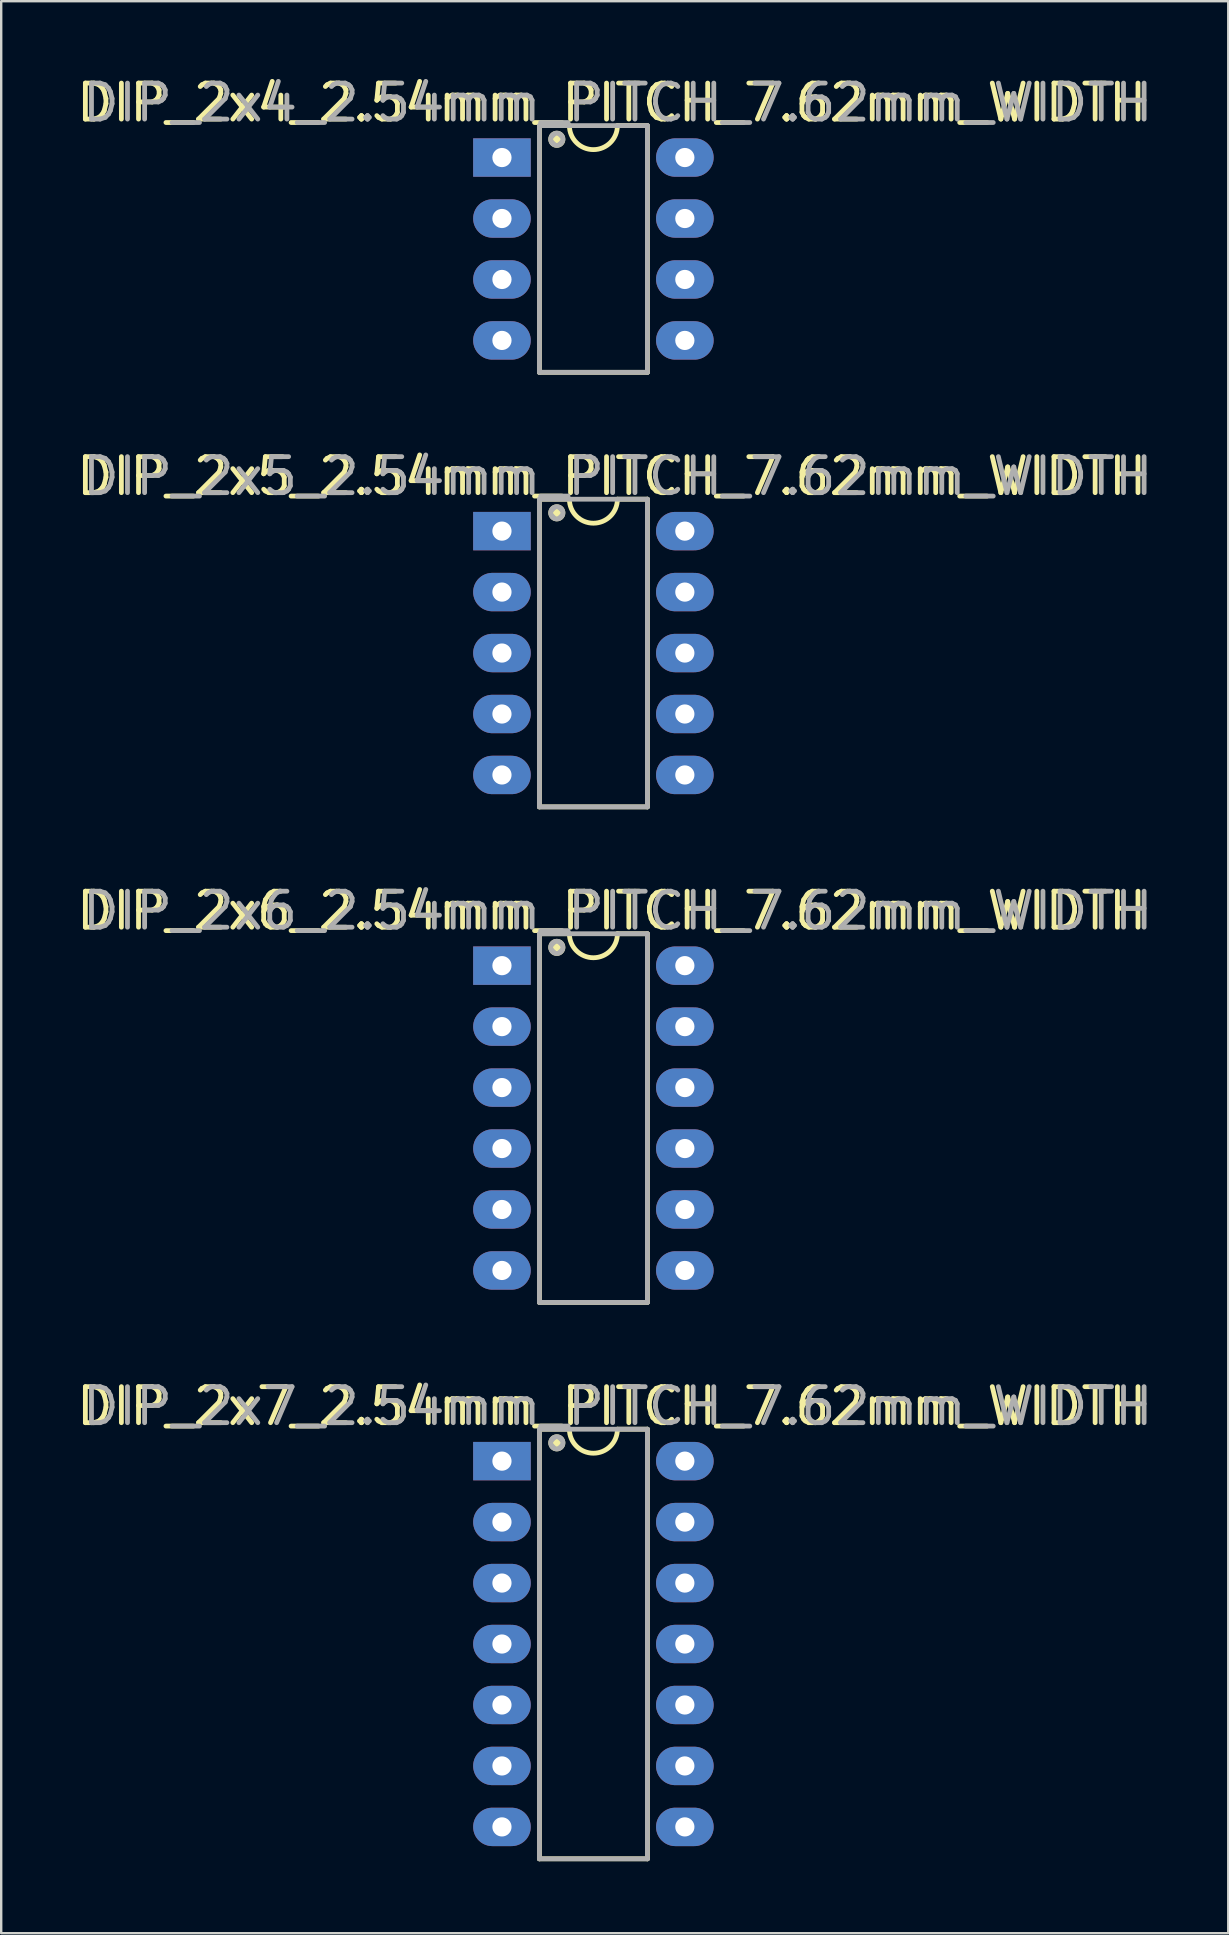
<source format=kicad_pcb>
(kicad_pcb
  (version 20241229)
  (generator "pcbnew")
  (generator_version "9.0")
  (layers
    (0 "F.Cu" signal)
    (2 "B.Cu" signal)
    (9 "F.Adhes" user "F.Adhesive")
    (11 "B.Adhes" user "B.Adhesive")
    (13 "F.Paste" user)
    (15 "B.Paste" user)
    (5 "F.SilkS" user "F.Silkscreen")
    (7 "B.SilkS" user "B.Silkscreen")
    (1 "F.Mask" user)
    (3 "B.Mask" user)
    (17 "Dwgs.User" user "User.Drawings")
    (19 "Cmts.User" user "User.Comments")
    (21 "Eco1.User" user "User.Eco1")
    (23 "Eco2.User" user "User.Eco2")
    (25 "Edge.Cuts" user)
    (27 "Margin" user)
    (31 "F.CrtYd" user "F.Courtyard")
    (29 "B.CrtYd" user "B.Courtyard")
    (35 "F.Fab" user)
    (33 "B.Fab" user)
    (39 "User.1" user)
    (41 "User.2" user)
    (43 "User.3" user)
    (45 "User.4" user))
  (footprint "DIP_2x5_2.54mm_PITCH_7.62mm_WIDTH"
    (layer "F.Cu")
    (at 17.864 19.079)
    (property "Reference" "DIP_2x5_2.54mm_PITCH_7.62mm_WIDTH" (at 4.572 -2.286 0) (layer "F.SilkS") (effects (font (size 1.5 1.5) (thickness 0.2))))
    (attr through_hole)
    (fp_line (start 1.56 -1.33) (end 1.56 11.49) (stroke (width 0.2) (type solid)) (layer "F.SilkS"))
    (fp_line (start 1.56 11.49) (end 6.06 11.49) (stroke (width 0.2) (type solid)) (layer "F.SilkS"))
    (fp_line (start 2.81 -1.33) (end 1.56 -1.33) (stroke (width 0.2) (type solid)) (layer "F.SilkS"))
    (fp_line (start 6.06 -1.33) (end 4.81 -1.33) (stroke (width 0.2) (type solid)) (layer "F.SilkS"))
    (fp_line (start 6.06 11.49) (end 6.06 -1.33) (stroke (width 0.2) (type solid)) (layer "F.SilkS"))
    (fp_arc (start 4.81 -1.33) (mid 3.81 -0.33) (end 2.81 -1.33) (stroke (width 0.2) (type solid)) (layer "F.SilkS"))
    (fp_circle (center 2.286 -0.762) (end 2.54 -0.762) (stroke (width 0.2) (type solid)) (fill no) (layer "F.SilkS"))
    (fp_poly (pts (xy 2.286 -1.016) (xy 2.54 -0.762) (xy 2.286 -0.508) (xy 2.032 -0.762)) (stroke (width 0.1) (type solid)) (fill yes) (layer "F.SilkS"))
    (fp_line (start 1.56 -1.33) (end 1.56 11.49) (stroke (width 0.2) (type solid)) (layer "F.Fab"))
    (fp_line (start 1.56 11.49) (end 6.06 11.49) (stroke (width 0.2) (type solid)) (layer "F.Fab"))
    (fp_line (start 6.06 -1.33) (end 1.56 -1.33) (stroke (width 0.2) (type solid)) (layer "F.Fab"))
    (fp_line (start 6.06 11.49) (end 6.06 -1.33) (stroke (width 0.2) (type solid)) (layer "F.Fab"))
    (fp_circle (center 2.286 -0.762) (end 2.54 -0.762) (stroke (width 0.2) (type solid)) (fill no) (layer "F.Fab"))
    (fp_poly (pts (xy 2.286 -1.016) (xy 2.54 -0.762) (xy 2.286 -0.508) (xy 2.032 -0.762)) (stroke (width 0.1) (type solid)) (fill no) (layer "F.Fab"))
    (fp_text user "${REFERENCE}" (at 4.826 -2.286 0) (layer "F.Fab") (effects (font (size 1.5 1.5) (thickness 0.2))))
    (pad "1" thru_hole rect (at 0 0) (size 2.4 1.6) (drill 0.8) (layers "*.Cu" "*.Mask"))
    (pad "2" thru_hole oval (at 0 2.54) (size 2.4 1.6) (drill 0.8) (layers "*.Cu" "*.Mask"))
    (pad "3" thru_hole oval (at 0 5.08) (size 2.4 1.6) (drill 0.8) (layers "*.Cu" "*.Mask"))
    (pad "4" thru_hole oval (at 0 7.62) (size 2.4 1.6) (drill 0.8) (layers "*.Cu" "*.Mask"))
    (pad "5" thru_hole oval (at 0 10.16) (size 2.4 1.6) (drill 0.8) (layers "*.Cu" "*.Mask"))
    (pad "6" thru_hole oval (at 7.62 10.16) (size 2.4 1.6) (drill 0.8) (layers "*.Cu" "*.Mask"))
    (pad "7" thru_hole oval (at 7.62 7.62) (size 2.4 1.6) (drill 0.8) (layers "*.Cu" "*.Mask"))
    (pad "8" thru_hole oval (at 7.62 5.08) (size 2.4 1.6) (drill 0.8) (layers "*.Cu" "*.Mask"))
    (pad "9" thru_hole oval (at 7.62 2.54) (size 2.4 1.6) (drill 0.8) (layers "*.Cu" "*.Mask"))
    (pad "10" thru_hole oval (at 7.62 0) (size 2.4 1.6) (drill 0.8) (layers "*.Cu" "*.Mask")))
  (footprint "DIP_2x6_2.54mm_PITCH_7.62mm_WIDTH"
    (layer "F.Cu")
    (at 17.864 37.184)
    (property "Reference" "DIP_2x6_2.54mm_PITCH_7.62mm_WIDTH" (at 4.572 -2.286 0) (layer "F.SilkS") (effects (font (size 1.5 1.5) (thickness 0.2))))
    (attr through_hole)
    (fp_line (start 1.56 -1.33) (end 1.56 14.03) (stroke (width 0.2) (type solid)) (layer "F.SilkS"))
    (fp_line (start 1.56 14.03) (end 6.06 14.03) (stroke (width 0.2) (type solid)) (layer "F.SilkS"))
    (fp_line (start 2.81 -1.33) (end 1.56 -1.33) (stroke (width 0.2) (type solid)) (layer "F.SilkS"))
    (fp_line (start 6.06 -1.33) (end 4.81 -1.33) (stroke (width 0.2) (type solid)) (layer "F.SilkS"))
    (fp_line (start 6.06 14.03) (end 6.06 -1.33) (stroke (width 0.2) (type solid)) (layer "F.SilkS"))
    (fp_arc (start 4.81 -1.33) (mid 3.81 -0.33) (end 2.81 -1.33) (stroke (width 0.2) (type solid)) (layer "F.SilkS"))
    (fp_circle (center 2.286 -0.762) (end 2.54 -0.762) (stroke (width 0.2) (type solid)) (fill no) (layer "F.SilkS"))
    (fp_poly (pts (xy 2.286 -1.016) (xy 2.54 -0.762) (xy 2.286 -0.508) (xy 2.032 -0.762)) (stroke (width 0.1) (type solid)) (fill yes) (layer "F.SilkS"))
    (fp_line (start 1.56 -1.33) (end 1.56 14.03) (stroke (width 0.2) (type solid)) (layer "F.Fab"))
    (fp_line (start 1.56 14.03) (end 6.06 14.03) (stroke (width 0.2) (type solid)) (layer "F.Fab"))
    (fp_line (start 6.06 -1.33) (end 1.56 -1.33) (stroke (width 0.2) (type solid)) (layer "F.Fab"))
    (fp_line (start 6.06 14.03) (end 6.06 -1.33) (stroke (width 0.2) (type solid)) (layer "F.Fab"))
    (fp_circle (center 2.286 -0.762) (end 2.54 -0.762) (stroke (width 0.2) (type solid)) (fill no) (layer "F.Fab"))
    (fp_poly (pts (xy 2.286 -1.016) (xy 2.54 -0.762) (xy 2.286 -0.508) (xy 2.032 -0.762)) (stroke (width 0.1) (type solid)) (fill no) (layer "F.Fab"))
    (fp_text user "${REFERENCE}" (at 4.826 -2.286 0) (layer "F.Fab") (effects (font (size 1.5 1.5) (thickness 0.2))))
    (pad "1" thru_hole rect (at 0 0) (size 2.4 1.6) (drill 0.8) (layers "*.Cu" "*.Mask"))
    (pad "2" thru_hole oval (at 0 2.54) (size 2.4 1.6) (drill 0.8) (layers "*.Cu" "*.Mask"))
    (pad "3" thru_hole oval (at 0 5.08) (size 2.4 1.6) (drill 0.8) (layers "*.Cu" "*.Mask"))
    (pad "4" thru_hole oval (at 0 7.62) (size 2.4 1.6) (drill 0.8) (layers "*.Cu" "*.Mask"))
    (pad "5" thru_hole oval (at 0 10.16) (size 2.4 1.6) (drill 0.8) (layers "*.Cu" "*.Mask"))
    (pad "6" thru_hole oval (at 0 12.7) (size 2.4 1.6) (drill 0.8) (layers "*.Cu" "*.Mask"))
    (pad "7" thru_hole oval (at 7.62 12.7) (size 2.4 1.6) (drill 0.8) (layers "*.Cu" "*.Mask"))
    (pad "8" thru_hole oval (at 7.62 10.16) (size 2.4 1.6) (drill 0.8) (layers "*.Cu" "*.Mask"))
    (pad "9" thru_hole oval (at 7.62 7.62) (size 2.4 1.6) (drill 0.8) (layers "*.Cu" "*.Mask"))
    (pad "10" thru_hole oval (at 7.62 5.08) (size 2.4 1.6) (drill 0.8) (layers "*.Cu" "*.Mask"))
    (pad "11" thru_hole oval (at 7.62 2.54) (size 2.4 1.6) (drill 0.8) (layers "*.Cu" "*.Mask"))
    (pad "12" thru_hole oval (at 7.62 0) (size 2.4 1.6) (drill 0.8) (layers "*.Cu" "*.Mask")))
  (footprint "DIP_2x4_2.54mm_PITCH_7.62mm_WIDTH"
    (layer "F.Cu")
    (at 17.864 3.514)
    (property "Reference" "DIP_2x4_2.54mm_PITCH_7.62mm_WIDTH" (at 4.572 -2.286 0) (layer "F.SilkS") (effects (font (size 1.5 1.5) (thickness 0.2))))
    (attr through_hole)
    (fp_line (start 1.56 -1.33) (end 1.56 8.95) (stroke (width 0.2) (type solid)) (layer "F.SilkS"))
    (fp_line (start 1.56 8.95) (end 6.06 8.95) (stroke (width 0.2) (type solid)) (layer "F.SilkS"))
    (fp_line (start 2.81 -1.33) (end 1.56 -1.33) (stroke (width 0.2) (type solid)) (layer "F.SilkS"))
    (fp_line (start 6.06 -1.33) (end 4.81 -1.33) (stroke (width 0.2) (type solid)) (layer "F.SilkS"))
    (fp_line (start 6.06 8.95) (end 6.06 -1.33) (stroke (width 0.2) (type solid)) (layer "F.SilkS"))
    (fp_arc (start 4.81 -1.33) (mid 3.81 -0.33) (end 2.81 -1.33) (stroke (width 0.2) (type solid)) (layer "F.SilkS"))
    (fp_circle (center 2.286 -0.762) (end 2.54 -0.762) (stroke (width 0.2) (type solid)) (fill no) (layer "F.SilkS"))
    (fp_poly (pts (xy 2.286 -1.016) (xy 2.54 -0.762) (xy 2.286 -0.508) (xy 2.032 -0.762)) (stroke (width 0.1) (type solid)) (fill yes) (layer "F.SilkS"))
    (fp_line (start 1.56 -1.33) (end 1.56 8.95) (stroke (width 0.2) (type solid)) (layer "F.Fab"))
    (fp_line (start 1.56 8.95) (end 6.06 8.95) (stroke (width 0.2) (type solid)) (layer "F.Fab"))
    (fp_line (start 6.06 -1.33) (end 1.56 -1.33) (stroke (width 0.2) (type solid)) (layer "F.Fab"))
    (fp_line (start 6.06 8.95) (end 6.06 -1.33) (stroke (width 0.2) (type solid)) (layer "F.Fab"))
    (fp_circle (center 2.286 -0.762) (end 2.54 -0.762) (stroke (width 0.2) (type solid)) (fill no) (layer "F.Fab"))
    (fp_poly (pts (xy 2.286 -1.016) (xy 2.54 -0.762) (xy 2.286 -0.508) (xy 2.032 -0.762)) (stroke (width 0.1) (type solid)) (fill no) (layer "F.Fab"))
    (fp_text user "${REFERENCE}" (at 4.826 -2.286 0) (layer "F.Fab") (effects (font (size 1.5 1.5) (thickness 0.2))))
    (pad "1" thru_hole rect (at 0 0) (size 2.4 1.6) (drill 0.8) (layers "*.Cu" "*.Mask"))
    (pad "2" thru_hole oval (at 0 2.54) (size 2.4 1.6) (drill 0.8) (layers "*.Cu" "*.Mask"))
    (pad "3" thru_hole oval (at 0 5.08) (size 2.4 1.6) (drill 0.8) (layers "*.Cu" "*.Mask"))
    (pad "4" thru_hole oval (at 0 7.62) (size 2.4 1.6) (drill 0.8) (layers "*.Cu" "*.Mask"))
    (pad "5" thru_hole oval (at 7.62 7.62) (size 2.4 1.6) (drill 0.8) (layers "*.Cu" "*.Mask"))
    (pad "6" thru_hole oval (at 7.62 5.08) (size 2.4 1.6) (drill 0.8) (layers "*.Cu" "*.Mask"))
    (pad "7" thru_hole oval (at 7.62 2.54) (size 2.4 1.6) (drill 0.8) (layers "*.Cu" "*.Mask"))
    (pad "8" thru_hole oval (at 7.62 0) (size 2.4 1.6) (drill 0.8) (layers "*.Cu" "*.Mask")))
  (footprint "DIP_2x7_2.54mm_PITCH_7.62mm_WIDTH"
    (layer "F.Cu")
    (at 17.864 57.828)
    (property "Reference" "DIP_2x7_2.54mm_PITCH_7.62mm_WIDTH" (at 4.572 -2.286 0) (layer "F.SilkS") (effects (font (size 1.5 1.5) (thickness 0.2))))
    (attr through_hole)
    (fp_line (start 1.56 -1.33) (end 1.56 16.57) (stroke (width 0.2) (type solid)) (layer "F.SilkS"))
    (fp_line (start 1.56 16.57) (end 6.06 16.57) (stroke (width 0.2) (type solid)) (layer "F.SilkS"))
    (fp_line (start 2.81 -1.33) (end 1.56 -1.33) (stroke (width 0.2) (type solid)) (layer "F.SilkS"))
    (fp_line (start 6.06 -1.33) (end 4.81 -1.33) (stroke (width 0.2) (type solid)) (layer "F.SilkS"))
    (fp_line (start 6.06 16.57) (end 6.06 -1.33) (stroke (width 0.2) (type solid)) (layer "F.SilkS"))
    (fp_arc (start 4.81 -1.33) (mid 3.81 -0.33) (end 2.81 -1.33) (stroke (width 0.2) (type solid)) (layer "F.SilkS"))
    (fp_circle (center 2.286 -0.762) (end 2.54 -0.762) (stroke (width 0.2) (type solid)) (fill no) (layer "F.SilkS"))
    (fp_poly (pts (xy 2.286 -1.016) (xy 2.54 -0.762) (xy 2.286 -0.508) (xy 2.032 -0.762)) (stroke (width 0.1) (type solid)) (fill yes) (layer "F.SilkS"))
    (fp_line (start 1.56 -1.33) (end 1.56 16.57) (stroke (width 0.2) (type solid)) (layer "F.Fab"))
    (fp_line (start 1.56 16.57) (end 6.06 16.57) (stroke (width 0.2) (type solid)) (layer "F.Fab"))
    (fp_line (start 6.06 -1.33) (end 1.56 -1.33) (stroke (width 0.2) (type solid)) (layer "F.Fab"))
    (fp_line (start 6.06 16.57) (end 6.06 -1.33) (stroke (width 0.2) (type solid)) (layer "F.Fab"))
    (fp_circle (center 2.286 -0.762) (end 2.54 -0.762) (stroke (width 0.2) (type solid)) (fill no) (layer "F.Fab"))
    (fp_poly (pts (xy 2.286 -1.016) (xy 2.54 -0.762) (xy 2.286 -0.508) (xy 2.032 -0.762)) (stroke (width 0.1) (type solid)) (fill no) (layer "F.Fab"))
    (fp_text user "${REFERENCE}" (at 4.826 -2.286 0) (layer "F.Fab") (effects (font (size 1.5 1.5) (thickness 0.2))))
    (pad "1" thru_hole rect (at 0 0) (size 2.4 1.6) (drill 0.8) (layers "*.Cu" "*.Mask"))
    (pad "2" thru_hole oval (at 0 2.54) (size 2.4 1.6) (drill 0.8) (layers "*.Cu" "*.Mask"))
    (pad "3" thru_hole oval (at 0 5.08) (size 2.4 1.6) (drill 0.8) (layers "*.Cu" "*.Mask"))
    (pad "4" thru_hole oval (at 0 7.62) (size 2.4 1.6) (drill 0.8) (layers "*.Cu" "*.Mask"))
    (pad "5" thru_hole oval (at 0 10.16) (size 2.4 1.6) (drill 0.8) (layers "*.Cu" "*.Mask"))
    (pad "6" thru_hole oval (at 0 12.7) (size 2.4 1.6) (drill 0.8) (layers "*.Cu" "*.Mask"))
    (pad "7" thru_hole oval (at 0 15.24) (size 2.4 1.6) (drill 0.8) (layers "*.Cu" "*.Mask"))
    (pad "8" thru_hole oval (at 7.62 15.24) (size 2.4 1.6) (drill 0.8) (layers "*.Cu" "*.Mask"))
    (pad "9" thru_hole oval (at 7.62 12.7) (size 2.4 1.6) (drill 0.8) (layers "*.Cu" "*.Mask"))
    (pad "10" thru_hole oval (at 7.62 10.16) (size 2.4 1.6) (drill 0.8) (layers "*.Cu" "*.Mask"))
    (pad "11" thru_hole oval (at 7.62 7.62) (size 2.4 1.6) (drill 0.8) (layers "*.Cu" "*.Mask"))
    (pad "12" thru_hole oval (at 7.62 5.08) (size 2.4 1.6) (drill 0.8) (layers "*.Cu" "*.Mask"))
    (pad "13" thru_hole oval (at 7.62 2.54) (size 2.4 1.6) (drill 0.8) (layers "*.Cu" "*.Mask"))
    (pad "14" thru_hole oval (at 7.62 0) (size 2.4 1.6) (drill 0.8) (layers "*.Cu" "*.Mask")))
  (gr_rect
    (start -3 -3)
    (end 48.125 77.498)
    (stroke (width 0.1) (type default))
    (fill no)
    (layer "Edge.Cuts")))
</source>
